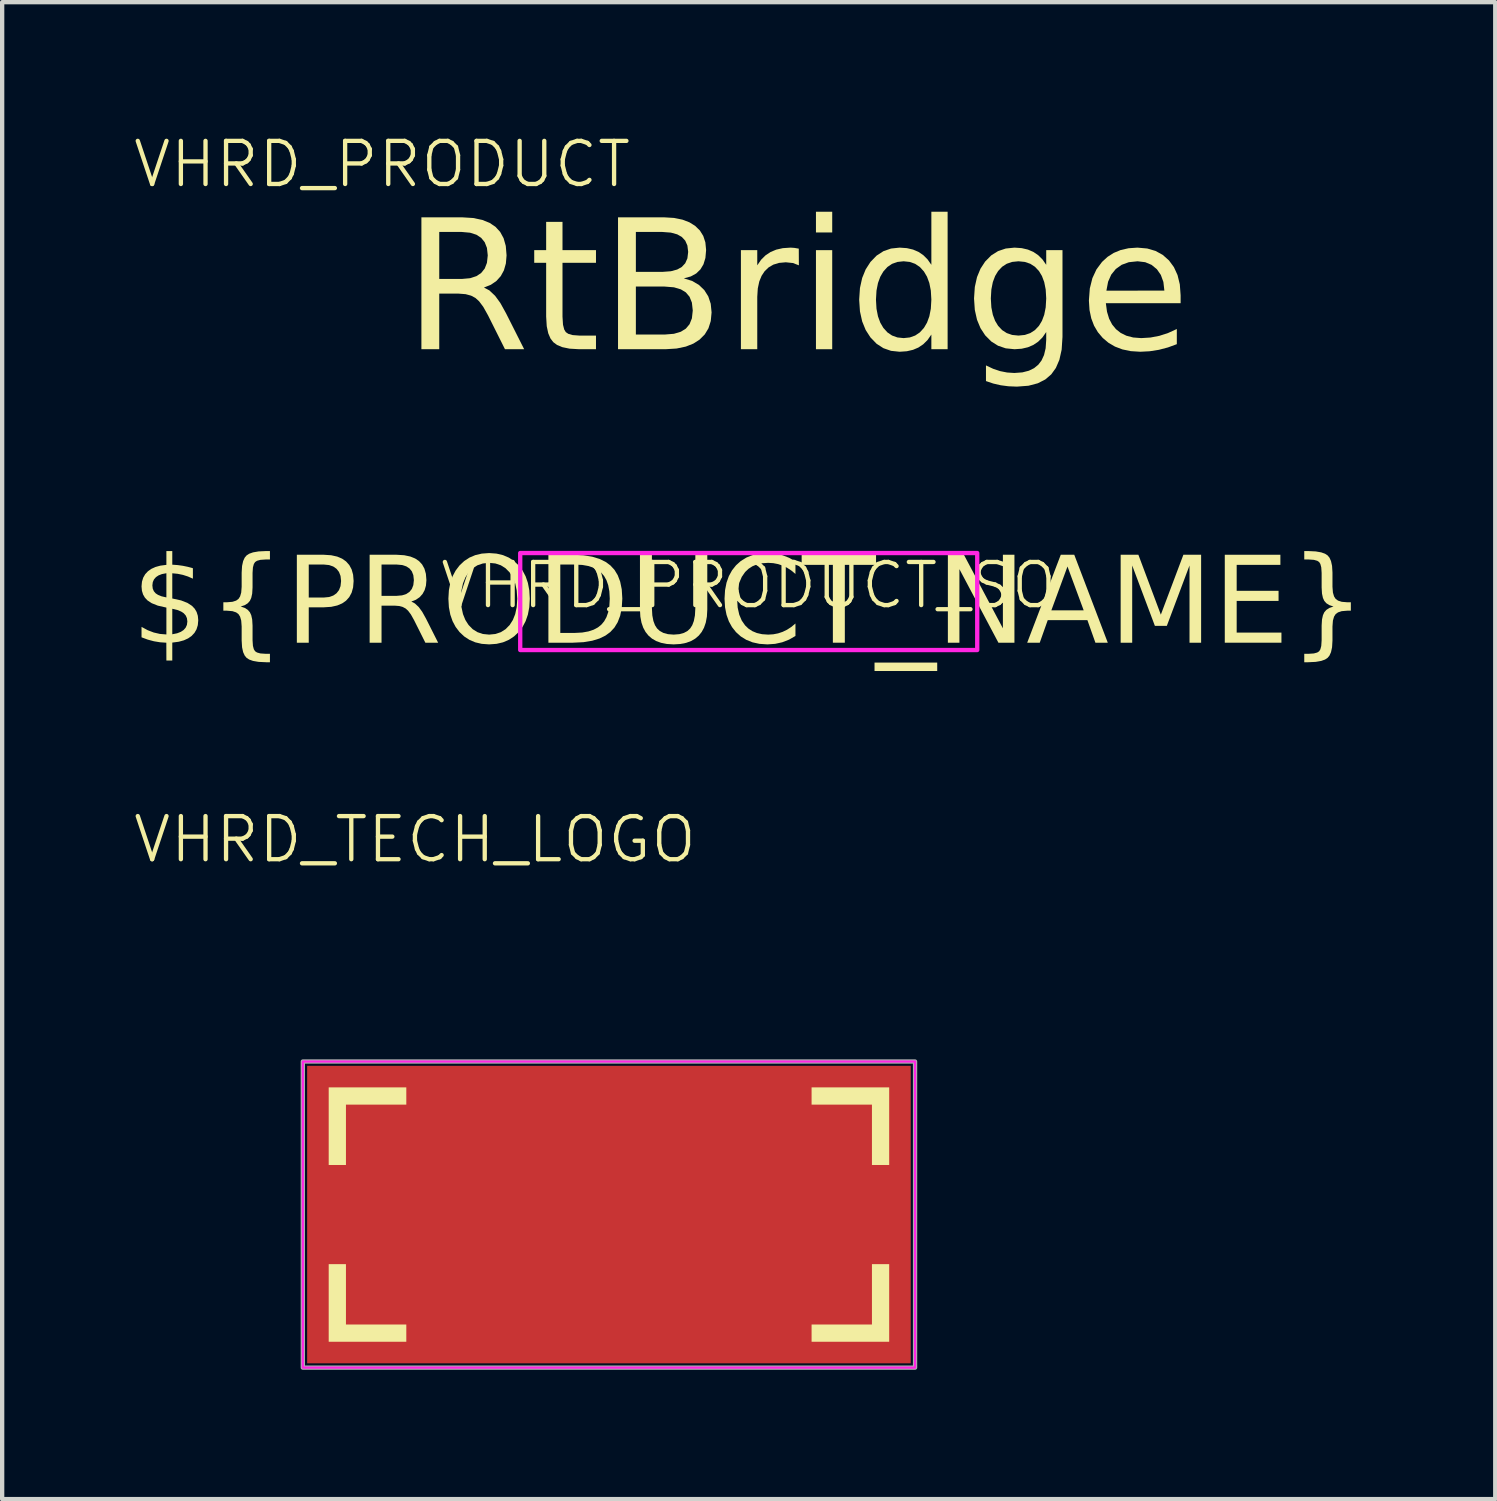
<source format=kicad_pcb>
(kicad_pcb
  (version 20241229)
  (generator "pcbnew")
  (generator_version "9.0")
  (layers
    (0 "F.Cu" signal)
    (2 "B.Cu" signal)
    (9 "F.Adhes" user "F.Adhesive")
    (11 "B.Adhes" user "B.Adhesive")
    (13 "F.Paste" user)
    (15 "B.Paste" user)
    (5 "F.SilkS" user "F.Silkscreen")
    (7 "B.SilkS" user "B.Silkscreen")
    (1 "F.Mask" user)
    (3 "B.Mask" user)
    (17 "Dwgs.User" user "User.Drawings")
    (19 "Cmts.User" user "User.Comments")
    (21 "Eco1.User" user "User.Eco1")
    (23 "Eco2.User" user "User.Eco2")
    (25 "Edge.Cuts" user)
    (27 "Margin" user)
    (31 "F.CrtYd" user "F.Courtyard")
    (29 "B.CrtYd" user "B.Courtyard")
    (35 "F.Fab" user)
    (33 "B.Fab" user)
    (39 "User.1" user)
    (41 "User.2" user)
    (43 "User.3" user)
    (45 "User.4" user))
  (footprint "VHRD_TECH_LOGO"
    (layer "F.Cu")
    (at 4.574 22.171)
    (property "Reference" "VHRD_TECH_LOGO" (at 2 -5.75 0) (unlocked yes) (layer "F.SilkS") (effects (font (size 1 1) (thickness 0.1))))
    (attr smd)
    (fp_poly (pts (xy 0 1.8) (xy 0 0) (xy 1.8 0) (xy 1.8 0.4) (xy 0.4 0.4) (xy 0.4 1.8)) (stroke (width 0) (type solid)) (fill yes) (layer "F.SilkS"))
    (fp_poly (pts (xy 0 4.1) (xy 0 5.9) (xy 1.8 5.9) (xy 1.8 5.5) (xy 0.4 5.5) (xy 0.4 4.1)) (stroke (width 0) (type solid)) (fill yes) (layer "F.SilkS"))
    (fp_poly (pts (xy 13 1.8) (xy 13 0) (xy 11.2 0) (xy 11.2 0.4) (xy 12.6 0.4) (xy 12.6 1.8)) (stroke (width 0) (type solid)) (fill yes) (layer "F.SilkS"))
    (fp_poly (pts (xy 13 4.1) (xy 13 5.9) (xy 11.2 5.9) (xy 11.2 5.5) (xy 12.6 5.5) (xy 12.6 4.1)) (stroke (width 0) (type solid)) (fill yes) (layer "F.SilkS"))
    (fp_rect (start -0.6 -0.6) (end 13.6 6.5) (stroke (width 0.05) (type default)) (fill no) (layer "F.CrtYd"))
    (fp_rect (start -0.6 -0.6) (end 13.6 6.5) (stroke (width 0.1) (type default)) (fill no) (layer "F.Fab"))
    (fp_text user "VHRD" (at 6.5 2.2 0) (unlocked yes) (layer "F.Mask") (effects (font (face "Venus Rising") (size 1.8 1.8) (thickness 0.15))))
    (fp_text user ".TECH" (at 3 5.1 0) (unlocked yes) (layer "F.Mask") (effects (font (face "Venus Rising") (size 1.5 1.5) (thickness 0.15)) (justify left bottom)))
    (pad "1" smd rect (at 6.5 2.95) (size 14 6.9) (layers "F.Cu")))
  (footprint "VHRD_PRODUCT_SO"
    (layer "F.Cu")
    (at 14.316 11.027)
    (property "Reference" "VHRD_PRODUCT_SO" (at 0 -0.5 0) (unlocked yes) (layer "F.SilkS") (effects (font (size 1 1) (thickness 0.1))))
    (attr smd)
    (fp_rect (start -5.3 -1.25) (end 5.3 1) (stroke (width 0.1) (type default)) (fill no) (layer "F.CrtYd"))
    (fp_text user "${PRODUCT_NAME}" (at 0 0 0) (unlocked yes) (layer "F.SilkS") (effects (font (face "GOST type B") (size 2 2) (thickness 0.1)))))
  (footprint "VHRD_PRODUCT"
    (layer "F.Cu")
    (at 5.812 1.26)
    (property "Reference" "VHRD_PRODUCT" (at 0 -0.5 0) (unlocked yes) (layer "F.SilkS") (effects (font (size 1 1) (thickness 0.1))))
    (attr smd)
    (fp_text user "RtBridge" (at 0.5 4.3 0) (unlocked yes) (layer "F.SilkS") (effects (font (face "Parsek") (size 3 3) (thickness 0.1)) (justify left bottom))))
  (gr_rect
    (start -3 -3)
    (end 31.631 31.721)
    (stroke (width 0.1) (type default))
    (fill no)
    (layer "Edge.Cuts")))
</source>
